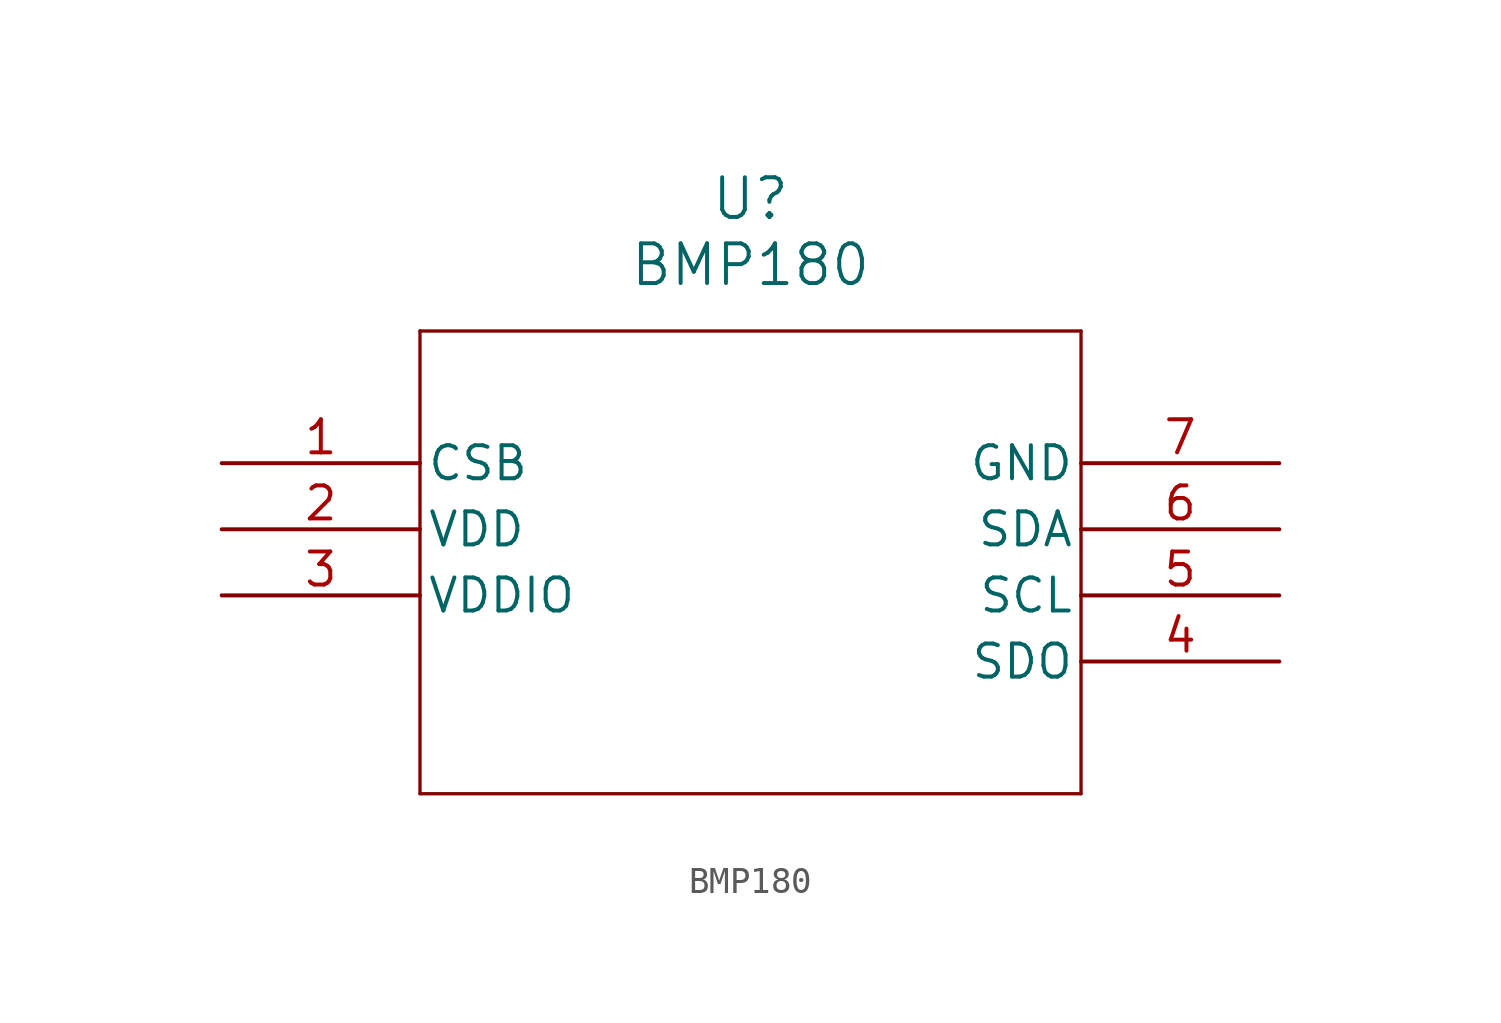
<source format=kicad_sym>
(kicad_symbol_lib
  (version 20211014)
  (generator kicad_symbol_editor)
  (symbol "BMP180"
    (pin_names
      (offset 0.254))
    (property "Reference" "U"
      (at 20.32 10.16 0)
      (effects (font (size 1.524 1.524))))
    (property "Value" "BMP180"
      (at 20.32 7.62 0)
      (effects (font (size 1.524 1.524))))
    (polyline
      (pts (xy 7.62 5.08) (xy 7.62 -12.7))
      (stroke (width 0.127) (type default) (color 0 0 0 0))
      (fill (type none)))
    (polyline
      (pts (xy 7.62 -12.7) (xy 33.02 -12.7))
      (stroke (width 0.127) (type default) (color 0 0 0 0))
      (fill (type none)))
    (polyline
      (pts (xy 33.02 -12.7) (xy 33.02 5.08))
      (stroke (width 0.127) (type default) (color 0 0 0 0))
      (fill (type none)))
    (polyline
      (pts (xy 33.02 5.08) (xy 7.62 5.08))
      (stroke (width 0.127) (type default) (color 0 0 0 0))
      (fill (type none)))
    (pin input line
      (at 0 0 0)
      (length 7.62)
      (name "CSB" (effects (font (size 1.27 1.27))))
      (number "1" (effects (font (size 1.27 1.27)))))
    (pin power_in line
      (at 0 -2.54 0)
      (length 7.62)
      (name "VDD" (effects (font (size 1.27 1.27))))
      (number "2" (effects (font (size 1.27 1.27)))))
    (pin power_in line
      (at 0 -5.08 0)
      (length 7.62)
      (name "VDDIO" (effects (font (size 1.27 1.27))))
      (number "3" (effects (font (size 1.27 1.27)))))
    (pin output line
      (at 40.64 -7.62 180)
      (length 7.62)
      (name "SDO" (effects (font (size 1.27 1.27))))
      (number "4" (effects (font (size 1.27 1.27)))))
    (pin input line
      (at 40.64 -5.08 180)
      (length 7.62)
      (name "SCL" (effects (font (size 1.27 1.27))))
      (number "5" (effects (font (size 1.27 1.27)))))
    (pin bidirectional line
      (at 40.64 -2.54 180)
      (length 7.62)
      (name "SDA" (effects (font (size 1.27 1.27))))
      (number "6" (effects (font (size 1.27 1.27)))))
    (pin power_out line
      (at 40.64 0 180)
      (length 7.62)
      (name "GND" (effects (font (size 1.27 1.27))))
      (number "7" (effects (font (size 1.27 1.27)))))))
</source>
